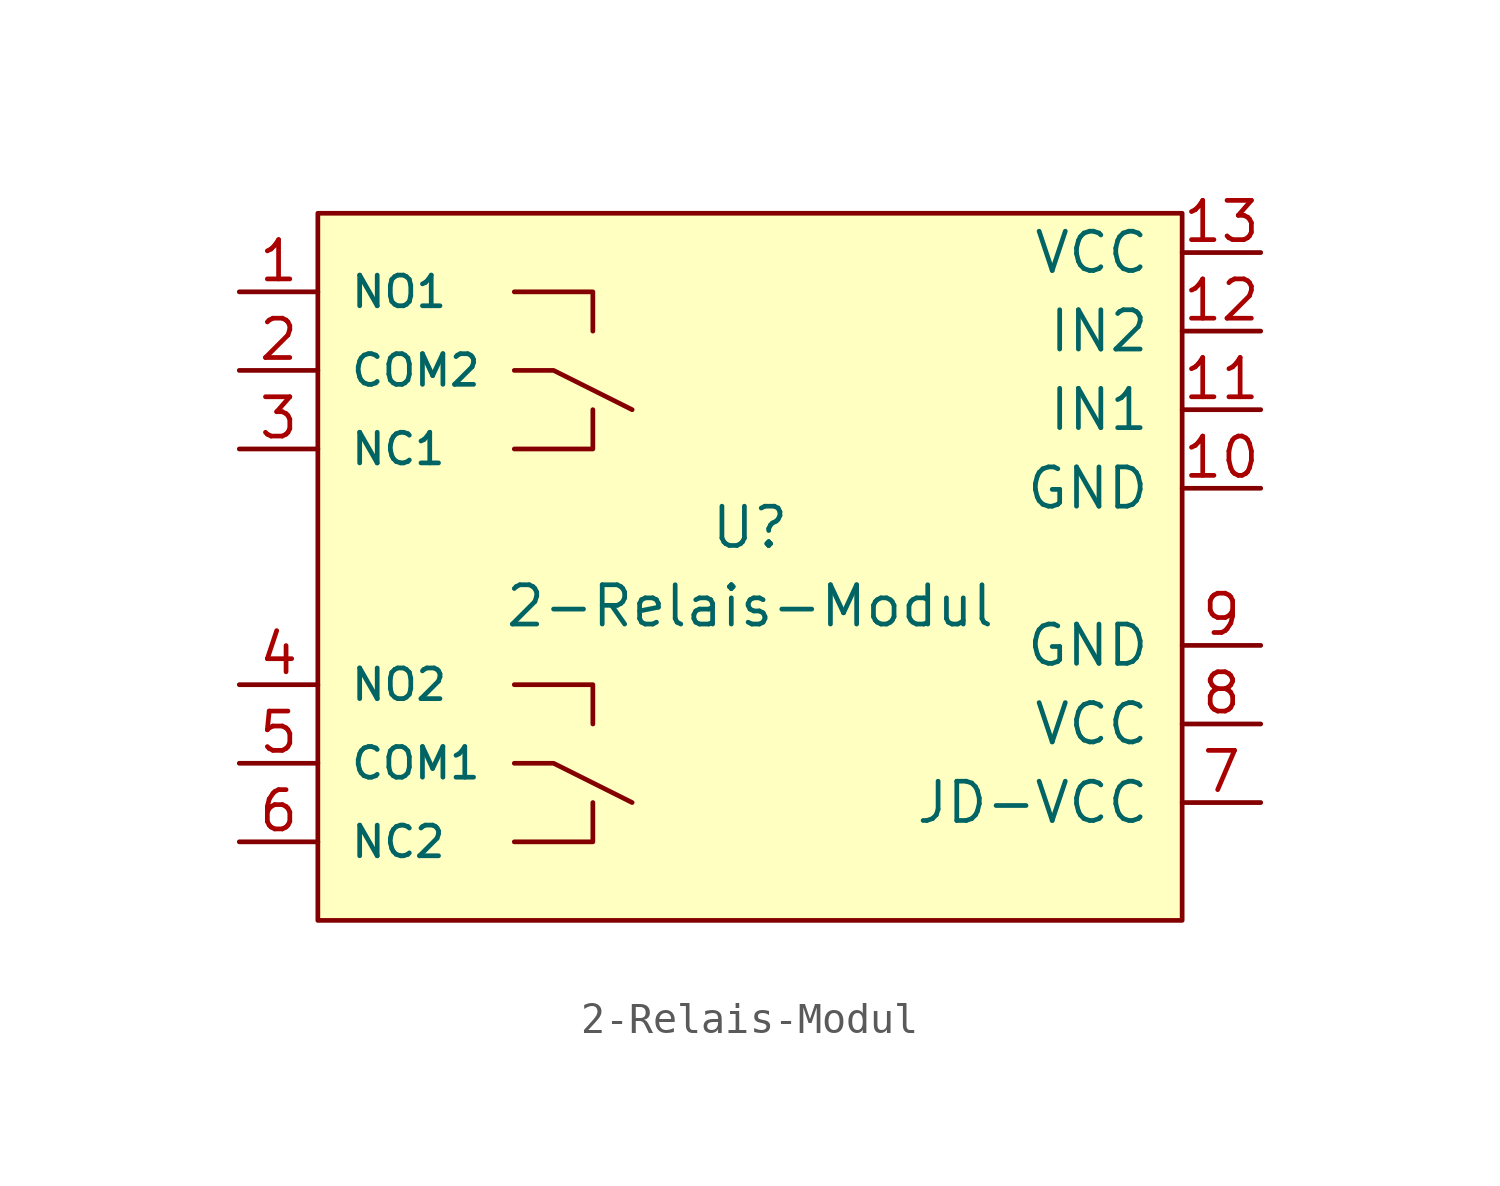
<source format=kicad_sym>
(kicad_symbol_lib
  (version 20220914)
  (generator kicad_symbol_editor)
  (symbol "2-Relais-Modul"
    (pin_names
      (offset 1.016))
    (property "Reference" "U"
      (at 0 1.27 0)
      (effects (font (size 1.27 1.27))))
    (property "Value" "2-Relais-Modul"
      (at 0 -1.27 0)
      (effects (font (size 1.27 1.27))))
    (symbol "2-Relais-Modul_0_1"
      (rectangle (start -13.97 11.43) (end 13.97 -11.43) (stroke (width 0) (type solid)) (fill (type background)))
      (polyline (pts (xy -7.62 -8.89) (xy -5.08 -8.89) (xy -5.08 -7.62)) (stroke (width 0) (type solid)) (fill (type none)))
      (polyline (pts (xy -7.62 -6.35) (xy -6.35 -6.35) (xy -3.81 -7.62)) (stroke (width 0) (type solid)) (fill (type none)))
      (polyline (pts (xy -7.62 3.81) (xy -5.08 3.81) (xy -5.08 5.08)) (stroke (width 0) (type solid)) (fill (type none)))
      (polyline (pts (xy -7.62 6.35) (xy -6.35 6.35) (xy -3.81 5.08)) (stroke (width 0) (type solid)) (fill (type none)))
      (polyline (pts (xy -5.08 -5.08) (xy -5.08 -3.81) (xy -7.62 -3.81)) (stroke (width 0) (type solid)) (fill (type none)))
      (polyline (pts (xy -5.08 7.62) (xy -5.08 8.89) (xy -7.62 8.89)) (stroke (width 0) (type solid)) (fill (type none))))
    (symbol "2-Relais-Modul_1_1"
      (pin input line (at -16.51 8.89 0) (length 2.54) (name "NO1" (effects (font (size 0.991 0.991)))) (number "1" (effects (font (size 1.27 1.27)))))
      (pin input line (at 16.51 2.54 180) (length 2.54) (name "GND" (effects (font (size 1.27 1.27)))) (number "10" (effects (font (size 1.27 1.27)))))
      (pin input line (at 16.51 5.08 180) (length 2.54) (name "IN1" (effects (font (size 1.27 1.27)))) (number "11" (effects (font (size 1.27 1.27)))))
      (pin input line (at 16.51 7.62 180) (length 2.54) (name "IN2" (effects (font (size 1.27 1.27)))) (number "12" (effects (font (size 1.27 1.27)))))
      (pin input line (at 16.51 10.16 180) (length 2.54) (name "VCC" (effects (font (size 1.27 1.27)))) (number "13" (effects (font (size 1.27 1.27)))))
      (pin input line (at -16.51 6.35 0) (length 2.54) (name "COM2" (effects (font (size 0.991 0.991)))) (number "2" (effects (font (size 1.27 1.27)))))
      (pin input line (at -16.51 3.81 0) (length 2.54) (name "NC1" (effects (font (size 0.991 0.991)))) (number "3" (effects (font (size 1.27 1.27)))))
      (pin input line (at -16.51 -3.81 0) (length 2.54) (name "NO2" (effects (font (size 0.991 0.991)))) (number "4" (effects (font (size 1.27 1.27)))))
      (pin input line (at -16.51 -6.35 0) (length 2.54) (name "COM1" (effects (font (size 0.991 0.991)))) (number "5" (effects (font (size 1.27 1.27)))))
      (pin input line (at -16.51 -8.89 0) (length 2.54) (name "NC2" (effects (font (size 0.991 0.991)))) (number "6" (effects (font (size 1.27 1.27)))))
      (pin input line (at 16.51 -7.62 180) (length 2.54) (name "JD-VCC" (effects (font (size 1.27 1.27)))) (number "7" (effects (font (size 1.27 1.27)))))
      (pin input line (at 16.51 -5.08 180) (length 2.54) (name "VCC" (effects (font (size 1.27 1.27)))) (number "8" (effects (font (size 1.27 1.27)))))
      (pin input line (at 16.51 -2.54 180) (length 2.54) (name "GND" (effects (font (size 1.27 1.27)))) (number "9" (effects (font (size 1.27 1.27))))))))
</source>
